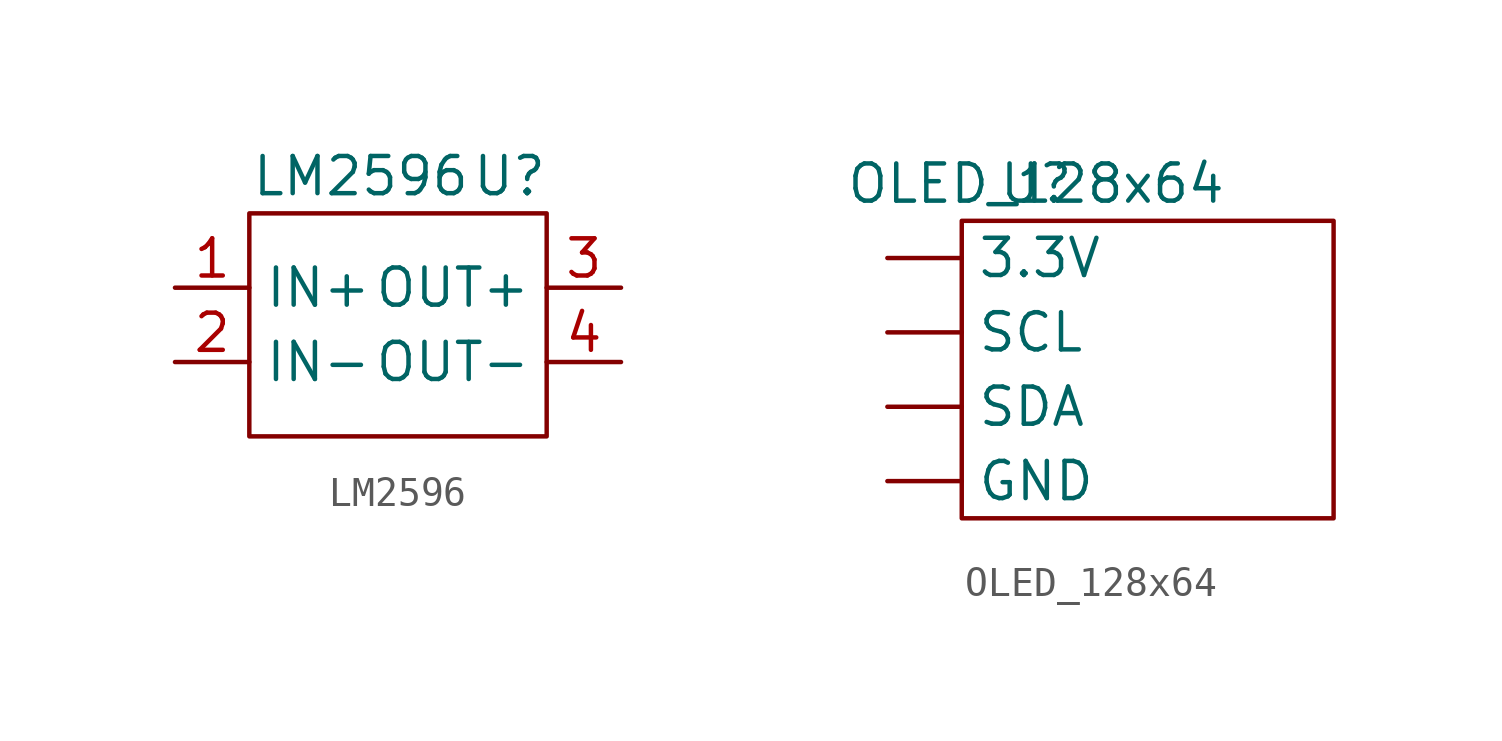
<source format=kicad_sym>
(kicad_symbol_lib
  (version 20211014)
  (generator kicad_symbol_editor)
  (symbol "LM2596"
    (property "Reference" "U"
      (at 5.08 1.27 0)
      (effects (font (size 1.27 1.27))))
    (property "Value" "LM2596"
      (at 0 1.27 0)
      (effects (font (size 1.27 1.27))))
    (symbol "LM2596_0_1"
      (rectangle (start -3.81 0) (end 6.35 -7.62) (stroke (width 0.152) (type default) (color 0 0 0 0)) (fill (type none))))
    (symbol "LM2596_1_1"
      (pin input line (at -6.35 -2.54 0) (length 2.54) (name "IN+" (effects (font (size 1.27 1.27)))) (number "1" (effects (font (size 1.27 1.27)))))
      (pin input line (at -6.35 -5.08 0) (length 2.54) (name "IN-" (effects (font (size 1.27 1.27)))) (number "2" (effects (font (size 1.27 1.27)))))
      (pin output line (at 8.89 -2.54 180) (length 2.54) (name "OUT+" (effects (font (size 1.27 1.27)))) (number "3" (effects (font (size 1.27 1.27)))))
      (pin output line (at 8.89 -5.08 180) (length 2.54) (name "OUT-" (effects (font (size 1.27 1.27)))) (number "4" (effects (font (size 1.27 1.27)))))))
  (symbol "OLED_128x64"
    (property "Reference" "U"
      (at 0 0 0)
      (effects (font (size 1.27 1.27))))
    (property "Value" "OLED_128x64"
      (at 0 0 0)
      (effects (font (size 1.27 1.27))))
    (symbol "OLED_128x64_0_1"
      (rectangle (start -2.54 -1.27) (end 10.16 -11.43) (stroke (width 0.152) (type default) (color 0 0 0 0)) (fill (type none))))
    (symbol "OLED_128x64_1_1"
      (pin input line (at -5.08 -2.54 0) (length 2.54) (name "3.3V" (effects (font (size 1.27 1.27)))) (number "" (effects (font (size 1.27 1.27)))))
      (pin input line (at -5.08 -10.16 0) (length 2.54) (name "GND" (effects (font (size 1.27 1.27)))) (number "" (effects (font (size 1.27 1.27)))))
      (pin input line (at -5.08 -5.08 0) (length 2.54) (name "SCL" (effects (font (size 1.27 1.27)))) (number "" (effects (font (size 1.27 1.27)))))
      (pin input line (at -5.08 -7.62 0) (length 2.54) (name "SDA" (effects (font (size 1.27 1.27)))) (number "" (effects (font (size 1.27 1.27))))))))
</source>
